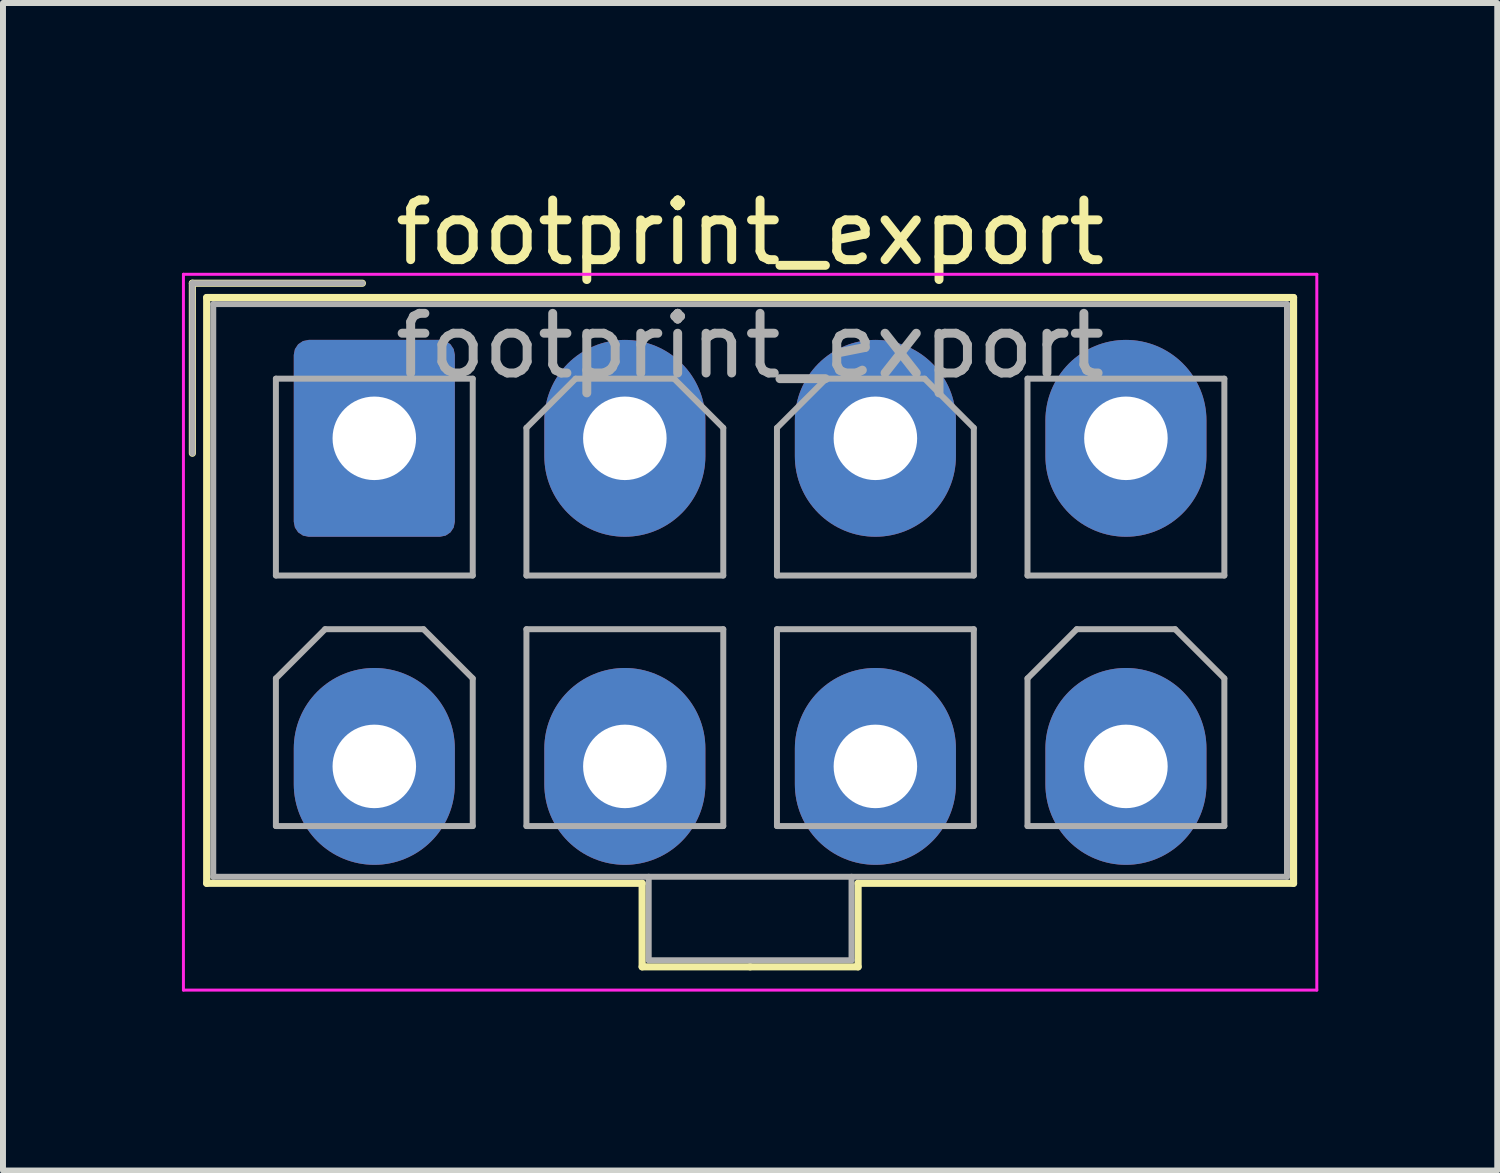
<source format=kicad_pcb>
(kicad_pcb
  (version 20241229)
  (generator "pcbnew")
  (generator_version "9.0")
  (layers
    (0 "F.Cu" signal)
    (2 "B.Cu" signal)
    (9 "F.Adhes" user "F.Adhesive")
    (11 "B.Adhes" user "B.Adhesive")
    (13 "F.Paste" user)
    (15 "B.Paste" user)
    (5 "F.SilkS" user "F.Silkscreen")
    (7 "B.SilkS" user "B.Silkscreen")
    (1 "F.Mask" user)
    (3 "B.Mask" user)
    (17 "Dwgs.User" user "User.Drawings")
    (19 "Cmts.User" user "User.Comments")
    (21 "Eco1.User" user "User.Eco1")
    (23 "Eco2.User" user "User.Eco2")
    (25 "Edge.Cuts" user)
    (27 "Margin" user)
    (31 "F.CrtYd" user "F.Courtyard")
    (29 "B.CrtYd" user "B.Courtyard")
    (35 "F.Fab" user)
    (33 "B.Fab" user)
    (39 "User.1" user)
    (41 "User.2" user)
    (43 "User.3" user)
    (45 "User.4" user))
  (footprint "footprint_export"
    (layer "F.Cu")
    (at 3.225 4.298)
    (property "Reference" "footprint_export" (at 6.3 -3.45 0) (layer "F.SilkS") (effects (font (size 1 1) (thickness 0.15))))
    (attr through_hole)
    (fp_line (start -3.05 -2.6) (end -3.05 0.25) (stroke (width 0.12) (type solid)) (layer "F.SilkS"))
    (fp_line (start -2.81 -2.36) (end -2.81 7.46) (stroke (width 0.12) (type solid)) (layer "F.SilkS"))
    (fp_line (start -2.81 7.46) (end 4.49 7.46) (stroke (width 0.12) (type solid)) (layer "F.SilkS"))
    (fp_line (start -0.2 -2.6) (end -3.05 -2.6) (stroke (width 0.12) (type solid)) (layer "F.SilkS"))
    (fp_line (start 4.49 7.46) (end 4.49 8.86) (stroke (width 0.12) (type solid)) (layer "F.SilkS"))
    (fp_line (start 4.49 8.86) (end 6.3 8.86) (stroke (width 0.12) (type solid)) (layer "F.SilkS"))
    (fp_line (start 6.3 -2.36) (end -2.81 -2.36) (stroke (width 0.12) (type solid)) (layer "F.SilkS"))
    (fp_line (start 6.3 -2.36) (end 15.41 -2.36) (stroke (width 0.12) (type solid)) (layer "F.SilkS"))
    (fp_line (start 8.11 7.46) (end 8.11 8.86) (stroke (width 0.12) (type solid)) (layer "F.SilkS"))
    (fp_line (start 8.11 8.86) (end 6.3 8.86) (stroke (width 0.12) (type solid)) (layer "F.SilkS"))
    (fp_line (start 15.41 -2.36) (end 15.41 7.46) (stroke (width 0.12) (type solid)) (layer "F.SilkS"))
    (fp_line (start 15.41 7.46) (end 8.11 7.46) (stroke (width 0.12) (type solid)) (layer "F.SilkS"))
    (fp_line (start -3.2 -2.75) (end -3.2 9.25) (stroke (width 0.05) (type solid)) (layer "F.CrtYd"))
    (fp_line (start -3.2 9.25) (end 15.8 9.25) (stroke (width 0.05) (type solid)) (layer "F.CrtYd"))
    (fp_line (start 15.8 -2.75) (end -3.2 -2.75) (stroke (width 0.05) (type solid)) (layer "F.CrtYd"))
    (fp_line (start 15.8 9.25) (end 15.8 -2.75) (stroke (width 0.05) (type solid)) (layer "F.CrtYd"))
    (fp_line (start -3.05 -2.6) (end -3.05 0.25) (stroke (width 0.1) (type solid)) (layer "F.Fab"))
    (fp_line (start -2.7 -2.25) (end -2.7 7.35) (stroke (width 0.1) (type solid)) (layer "F.Fab"))
    (fp_line (start -2.7 7.35) (end 15.3 7.35) (stroke (width 0.1) (type solid)) (layer "F.Fab"))
    (fp_line (start -1.65 -1) (end -1.65 2.3) (stroke (width 0.1) (type solid)) (layer "F.Fab"))
    (fp_line (start -1.65 2.3) (end 1.65 2.3) (stroke (width 0.1) (type solid)) (layer "F.Fab"))
    (fp_line (start -1.65 4.025) (end -0.825 3.2) (stroke (width 0.1) (type solid)) (layer "F.Fab"))
    (fp_line (start -1.65 6.5) (end -1.65 4.025) (stroke (width 0.1) (type solid)) (layer "F.Fab"))
    (fp_line (start -0.825 3.2) (end 0.825 3.2) (stroke (width 0.1) (type solid)) (layer "F.Fab"))
    (fp_line (start -0.2 -2.6) (end -3.05 -2.6) (stroke (width 0.1) (type solid)) (layer "F.Fab"))
    (fp_line (start 0.825 3.2) (end 1.65 4.025) (stroke (width 0.1) (type solid)) (layer "F.Fab"))
    (fp_line (start 1.65 -1) (end -1.65 -1) (stroke (width 0.1) (type solid)) (layer "F.Fab"))
    (fp_line (start 1.65 2.3) (end 1.65 -1) (stroke (width 0.1) (type solid)) (layer "F.Fab"))
    (fp_line (start 1.65 4.025) (end 1.65 6.5) (stroke (width 0.1) (type solid)) (layer "F.Fab"))
    (fp_line (start 1.65 6.5) (end -1.65 6.5) (stroke (width 0.1) (type solid)) (layer "F.Fab"))
    (fp_line (start 2.55 -0.175) (end 3.375 -1) (stroke (width 0.1) (type solid)) (layer "F.Fab"))
    (fp_line (start 2.55 2.3) (end 2.55 -0.175) (stroke (width 0.1) (type solid)) (layer "F.Fab"))
    (fp_line (start 2.55 3.2) (end 2.55 6.5) (stroke (width 0.1) (type solid)) (layer "F.Fab"))
    (fp_line (start 2.55 6.5) (end 5.85 6.5) (stroke (width 0.1) (type solid)) (layer "F.Fab"))
    (fp_line (start 3.375 -1) (end 5.025 -1) (stroke (width 0.1) (type solid)) (layer "F.Fab"))
    (fp_line (start 4.6 7.35) (end 4.6 8.75) (stroke (width 0.1) (type solid)) (layer "F.Fab"))
    (fp_line (start 4.6 8.75) (end 8 8.75) (stroke (width 0.1) (type solid)) (layer "F.Fab"))
    (fp_line (start 5.025 -1) (end 5.85 -0.175) (stroke (width 0.1) (type solid)) (layer "F.Fab"))
    (fp_line (start 5.85 -0.175) (end 5.85 2.3) (stroke (width 0.1) (type solid)) (layer "F.Fab"))
    (fp_line (start 5.85 2.3) (end 2.55 2.3) (stroke (width 0.1) (type solid)) (layer "F.Fab"))
    (fp_line (start 5.85 3.2) (end 2.55 3.2) (stroke (width 0.1) (type solid)) (layer "F.Fab"))
    (fp_line (start 5.85 6.5) (end 5.85 3.2) (stroke (width 0.1) (type solid)) (layer "F.Fab"))
    (fp_line (start 6.75 -0.175) (end 7.575 -1) (stroke (width 0.1) (type solid)) (layer "F.Fab"))
    (fp_line (start 6.75 2.3) (end 6.75 -0.175) (stroke (width 0.1) (type solid)) (layer "F.Fab"))
    (fp_line (start 6.75 3.2) (end 6.75 6.5) (stroke (width 0.1) (type solid)) (layer "F.Fab"))
    (fp_line (start 6.75 6.5) (end 10.05 6.5) (stroke (width 0.1) (type solid)) (layer "F.Fab"))
    (fp_line (start 7.575 -1) (end 9.225 -1) (stroke (width 0.1) (type solid)) (layer "F.Fab"))
    (fp_line (start 8 8.75) (end 8 7.35) (stroke (width 0.1) (type solid)) (layer "F.Fab"))
    (fp_line (start 9.225 -1) (end 10.05 -0.175) (stroke (width 0.1) (type solid)) (layer "F.Fab"))
    (fp_line (start 10.05 -0.175) (end 10.05 2.3) (stroke (width 0.1) (type solid)) (layer "F.Fab"))
    (fp_line (start 10.05 2.3) (end 6.75 2.3) (stroke (width 0.1) (type solid)) (layer "F.Fab"))
    (fp_line (start 10.05 3.2) (end 6.75 3.2) (stroke (width 0.1) (type solid)) (layer "F.Fab"))
    (fp_line (start 10.05 6.5) (end 10.05 3.2) (stroke (width 0.1) (type solid)) (layer "F.Fab"))
    (fp_line (start 10.95 -1) (end 10.95 2.3) (stroke (width 0.1) (type solid)) (layer "F.Fab"))
    (fp_line (start 10.95 2.3) (end 14.25 2.3) (stroke (width 0.1) (type solid)) (layer "F.Fab"))
    (fp_line (start 10.95 4.025) (end 11.775 3.2) (stroke (width 0.1) (type solid)) (layer "F.Fab"))
    (fp_line (start 10.95 6.5) (end 10.95 4.025) (stroke (width 0.1) (type solid)) (layer "F.Fab"))
    (fp_line (start 11.775 3.2) (end 13.425 3.2) (stroke (width 0.1) (type solid)) (layer "F.Fab"))
    (fp_line (start 13.425 3.2) (end 14.25 4.025) (stroke (width 0.1) (type solid)) (layer "F.Fab"))
    (fp_line (start 14.25 -1) (end 10.95 -1) (stroke (width 0.1) (type solid)) (layer "F.Fab"))
    (fp_line (start 14.25 2.3) (end 14.25 -1) (stroke (width 0.1) (type solid)) (layer "F.Fab"))
    (fp_line (start 14.25 4.025) (end 14.25 6.5) (stroke (width 0.1) (type solid)) (layer "F.Fab"))
    (fp_line (start 14.25 6.5) (end 10.95 6.5) (stroke (width 0.1) (type solid)) (layer "F.Fab"))
    (fp_line (start 15.3 -2.25) (end -2.7 -2.25) (stroke (width 0.1) (type solid)) (layer "F.Fab"))
    (fp_line (start 15.3 7.35) (end 15.3 -2.25) (stroke (width 0.1) (type solid)) (layer "F.Fab"))
    (fp_text user "${REFERENCE}" (at 6.3 -1.55 0) (layer "F.Fab") (effects (font (size 1 1) (thickness 0.15))))
    (pad "1" thru_hole roundrect (at 0 0) (size 2.7 3.3) (drill 1.4) (layers "*.Cu" "*.Mask") (roundrect_rratio 0.093))
    (pad "2" thru_hole oval (at 4.2 0) (size 2.7 3.3) (drill 1.4) (layers "*.Cu" "*.Mask"))
    (pad "3" thru_hole oval (at 8.4 0) (size 2.7 3.3) (drill 1.4) (layers "*.Cu" "*.Mask"))
    (pad "4" thru_hole oval (at 12.6 0) (size 2.7 3.3) (drill 1.4) (layers "*.Cu" "*.Mask"))
    (pad "5" thru_hole oval (at 0 5.5) (size 2.7 3.3) (drill 1.4) (layers "*.Cu" "*.Mask"))
    (pad "6" thru_hole oval (at 4.2 5.5) (size 2.7 3.3) (drill 1.4) (layers "*.Cu" "*.Mask"))
    (pad "7" thru_hole oval (at 8.4 5.5) (size 2.7 3.3) (drill 1.4) (layers "*.Cu" "*.Mask"))
    (pad "8" thru_hole oval (at 12.6 5.5) (size 2.7 3.3) (drill 1.4) (layers "*.Cu" "*.Mask")))
  (gr_rect
    (start -3 -3)
    (end 22.05 16.573)
    (stroke (width 0.1) (type default))
    (fill no)
    (layer "Edge.Cuts")))
</source>
